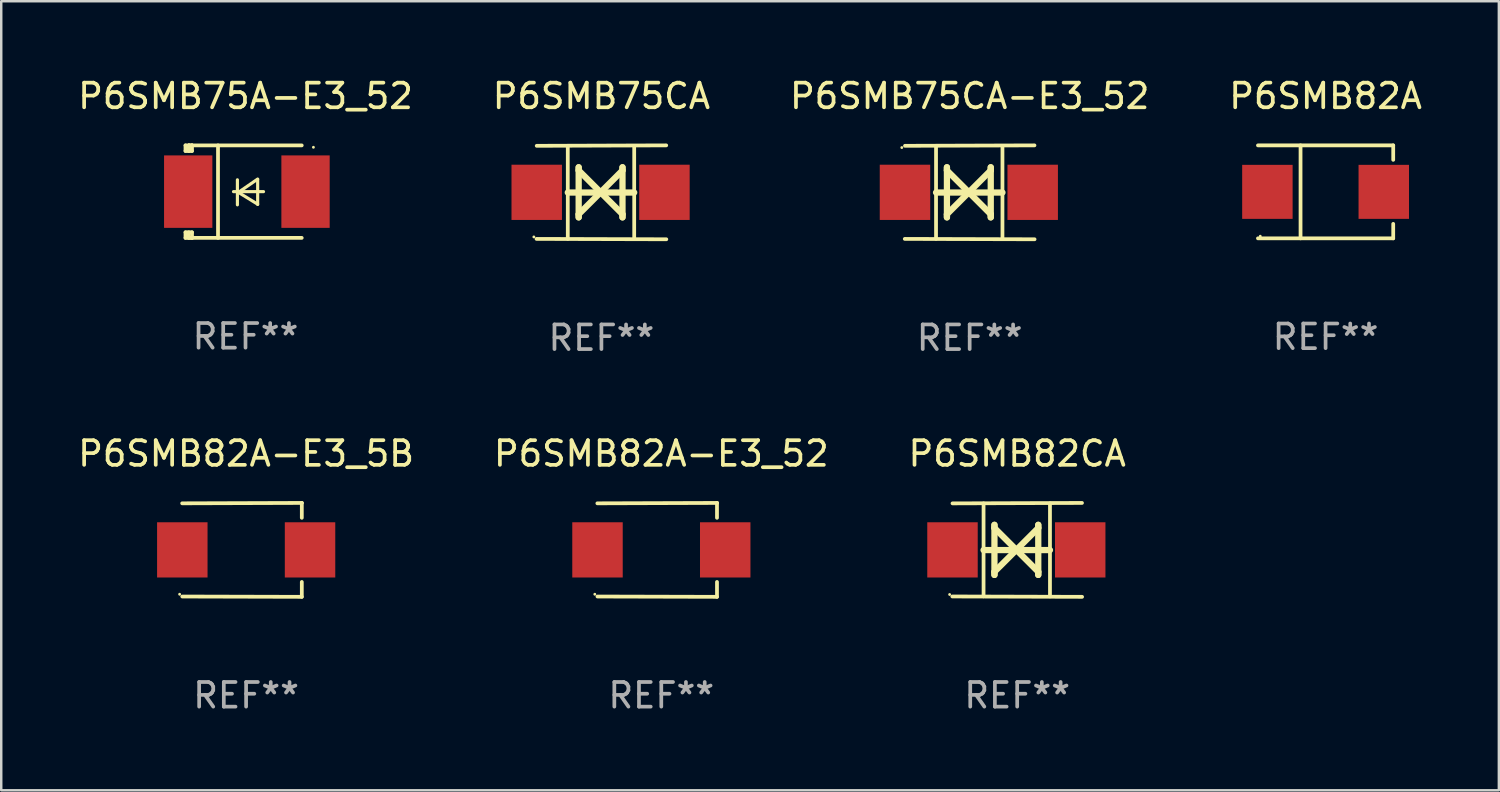
<source format=kicad_pcb>
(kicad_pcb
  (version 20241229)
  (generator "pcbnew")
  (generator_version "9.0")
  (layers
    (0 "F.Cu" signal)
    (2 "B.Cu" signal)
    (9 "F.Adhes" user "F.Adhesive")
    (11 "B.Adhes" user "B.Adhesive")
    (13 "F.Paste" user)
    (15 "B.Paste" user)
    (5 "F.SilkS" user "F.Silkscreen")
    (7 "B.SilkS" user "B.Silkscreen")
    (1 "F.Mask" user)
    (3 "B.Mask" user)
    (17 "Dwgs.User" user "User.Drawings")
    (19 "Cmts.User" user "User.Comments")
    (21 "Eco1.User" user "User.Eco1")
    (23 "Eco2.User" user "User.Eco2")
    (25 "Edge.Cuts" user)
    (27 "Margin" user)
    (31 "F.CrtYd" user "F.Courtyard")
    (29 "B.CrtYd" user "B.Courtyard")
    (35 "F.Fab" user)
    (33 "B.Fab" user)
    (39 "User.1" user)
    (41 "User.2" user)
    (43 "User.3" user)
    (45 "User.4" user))
  (footprint "P6SMB82A-E3_52"
    (layer "F.Cu")
    (at 23.78 19.26)
    (property "Reference" "P6SMB82A-E3_52" (at 0 -3.905 0) (layer "F.SilkS") (effects (font (size 1 1) (thickness 0.15))))
    (attr through_hole)
    (fp_line (start 2.256 -1.905) (end -2.594 -1.889) (stroke (width 0.152) (type solid)) (layer "F.SilkS"))
    (fp_line (start 2.256 -1.905) (end 2.26 -1.905) (stroke (width 0.152) (type solid)) (layer "F.SilkS"))
    (fp_line (start 2.26 -1.905) (end 2.26 -1.301) (stroke (width 0.152) (type solid)) (layer "F.SilkS"))
    (fp_line (start 2.26 1.301) (end 2.26 1.905) (stroke (width 0.152) (type solid)) (layer "F.SilkS"))
    (fp_line (start 2.26 1.905) (end -2.59 1.892) (stroke (width 0.152) (type solid)) (layer "F.SilkS"))
    (fp_circle (center -2.697 1.8) (end -2.667 1.8) (stroke (width 0.06) (type solid)) (fill no) (layer "F.SilkS"))
    (fp_text user "REF**" (at 0 5.905 0) (layer "F.Fab") (effects (font (size 1 1) (thickness 0.15))))
    (pad "1" smd rect (at -2.588 0) (size 2.047 2.241) (layers "F.Cu" "F.Mask" "F.Paste"))
    (pad "2" smd rect (at 2.594 0) (size 2.047 2.241) (layers "F.Cu" "F.Mask" "F.Paste")))
  (footprint "P6SMB75CA"
    (layer "F.Cu")
    (at 21.351 4.753)
    (property "Reference" "P6SMB75CA" (at 0 -3.905 0) (layer "F.SilkS") (effects (font (size 1 1) (thickness 0.15))))
    (attr through_hole)
    (fp_line (start -1.365 1.886) (end -1.365 -1.886) (stroke (width 0.152) (type solid)) (layer "F.SilkS"))
    (fp_line (start -1.365 0.008) (end 1.33 0.008) (stroke (width 0.254) (type solid)) (layer "F.SilkS"))
    (fp_line (start -0.923 -1.016) (end -0.923 1.016) (stroke (width 0.254) (type solid)) (layer "F.SilkS"))
    (fp_line (start -0.923 -0.889) (end -0.923 -1.016) (stroke (width 0.254) (type solid)) (layer "F.SilkS"))
    (fp_line (start -0.923 0.889) (end -0.034 0) (stroke (width 0.254) (type solid)) (layer "F.SilkS"))
    (fp_line (start -0.923 1.016) (end -0.923 0.889) (stroke (width 0.254) (type solid)) (layer "F.SilkS"))
    (fp_line (start -0.034 0) (end -0.923 -0.889) (stroke (width 0.254) (type solid)) (layer "F.SilkS"))
    (fp_line (start -0.034 0) (end 0.855 0.889) (stroke (width 0.254) (type solid)) (layer "F.SilkS"))
    (fp_line (start 0.855 -1.016) (end 0.855 -0.889) (stroke (width 0.254) (type solid)) (layer "F.SilkS"))
    (fp_line (start 0.855 -0.889) (end -0.034 0) (stroke (width 0.254) (type solid)) (layer "F.SilkS"))
    (fp_line (start 0.855 0.889) (end 0.855 1.016) (stroke (width 0.254) (type solid)) (layer "F.SilkS"))
    (fp_line (start 0.855 1.016) (end 0.855 -1.016) (stroke (width 0.254) (type solid)) (layer "F.SilkS"))
    (fp_line (start 1.33 1.886) (end 1.33 -1.886) (stroke (width 0.152) (type solid)) (layer "F.SilkS"))
    (fp_line (start 2.629 -1.905) (end -2.625 -1.887) (stroke (width 0.152) (type solid)) (layer "F.SilkS"))
    (fp_line (start 2.633 1.905) (end -2.633 1.89) (stroke (width 0.152) (type solid)) (layer "F.SilkS"))
    (fp_circle (center -2.741 1.81) (end -2.711 1.81) (stroke (width 0.06) (type solid)) (fill no) (layer "F.SilkS"))
    (fp_text user "REF**" (at 0 5.905 0) (layer "F.Fab") (effects (font (size 1 1) (thickness 0.15))))
    (pad "1" smd rect (at -2.625 0) (size 2.047 2.241) (layers "F.Cu" "F.Mask" "F.Paste"))
    (pad "2" smd rect (at 2.557 0) (size 2.047 2.241) (layers "F.Cu" "F.Mask" "F.Paste")))
  (footprint "P6SMB75CA-E3_52"
    (layer "F.Cu")
    (at 36.292 4.753)
    (property "Reference" "P6SMB75CA-E3_52" (at 0 -3.905 0) (layer "F.SilkS") (effects (font (size 1 1) (thickness 0.15))))
    (attr through_hole)
    (fp_line (start -1.365 1.886) (end -1.365 -1.886) (stroke (width 0.152) (type solid)) (layer "F.SilkS"))
    (fp_line (start -1.365 0.008) (end 1.33 0.008) (stroke (width 0.254) (type solid)) (layer "F.SilkS"))
    (fp_line (start -0.923 -1.016) (end -0.923 1.016) (stroke (width 0.254) (type solid)) (layer "F.SilkS"))
    (fp_line (start -0.923 -0.889) (end -0.923 -1.016) (stroke (width 0.254) (type solid)) (layer "F.SilkS"))
    (fp_line (start -0.923 0.889) (end -0.034 0) (stroke (width 0.254) (type solid)) (layer "F.SilkS"))
    (fp_line (start -0.923 1.016) (end -0.923 0.889) (stroke (width 0.254) (type solid)) (layer "F.SilkS"))
    (fp_line (start -0.034 0) (end -0.923 -0.889) (stroke (width 0.254) (type solid)) (layer "F.SilkS"))
    (fp_line (start -0.034 0) (end 0.855 0.889) (stroke (width 0.254) (type solid)) (layer "F.SilkS"))
    (fp_line (start 0.855 -1.016) (end 0.855 -0.889) (stroke (width 0.254) (type solid)) (layer "F.SilkS"))
    (fp_line (start 0.855 -0.889) (end -0.034 0) (stroke (width 0.254) (type solid)) (layer "F.SilkS"))
    (fp_line (start 0.855 0.889) (end 0.855 1.016) (stroke (width 0.254) (type solid)) (layer "F.SilkS"))
    (fp_line (start 0.855 1.016) (end 0.855 -1.016) (stroke (width 0.254) (type solid)) (layer "F.SilkS"))
    (fp_line (start 1.33 1.886) (end 1.33 -1.886) (stroke (width 0.152) (type solid)) (layer "F.SilkS"))
    (fp_line (start 2.629 -1.905) (end -2.625 -1.887) (stroke (width 0.152) (type solid)) (layer "F.SilkS"))
    (fp_line (start 2.633 1.905) (end -2.633 1.89) (stroke (width 0.152) (type solid)) (layer "F.SilkS"))
    (fp_circle (center -2.753 -1.816) (end -2.723 -1.816) (stroke (width 0.06) (type solid)) (fill no) (layer "F.SilkS"))
    (fp_text user "REF**" (at 0 5.905 0) (layer "F.Fab") (effects (font (size 1 1) (thickness 0.15))))
    (pad "1" smd rect (at -2.625 0) (size 2.047 2.241) (layers "F.Cu" "F.Mask" "F.Paste"))
    (pad "2" smd rect (at 2.557 0) (size 2.047 2.241) (layers "F.Cu" "F.Mask" "F.Paste")))
  (footprint "P6SMB75A-E3_52"
    (layer "F.Cu")
    (at 6.911 4.725)
    (property "Reference" "P6SMB75A-E3_52" (at 0 -3.876 0) (layer "F.SilkS") (effects (font (size 1 1) (thickness 0.15))))
    (attr through_hole)
    (fp_line (start -2.435 1.65) (end -2.171 1.65) (stroke (width 0.152) (type solid)) (layer "F.SilkS"))
    (fp_line (start -2.435 1.876) (end -2.435 1.65) (stroke (width 0.152) (type solid)) (layer "F.SilkS"))
    (fp_line (start -2.435 -1.876) (end -2.171 -1.876) (stroke (width 0.152) (type solid)) (layer "F.SilkS"))
    (fp_line (start -2.435 -1.65) (end -2.435 -1.876) (stroke (width 0.152) (type solid)) (layer "F.SilkS"))
    (fp_line (start -2.305 -1.866) (end -2.295 -1.876) (stroke (width 0.152) (type solid)) (layer "F.SilkS"))
    (fp_line (start -2.305 -1.65) (end -2.305 -1.866) (stroke (width 0.152) (type solid)) (layer "F.SilkS"))
    (fp_line (start -2.305 1.876) (end -2.305 1.65) (stroke (width 0.152) (type solid)) (layer "F.SilkS"))
    (fp_line (start -2.295 -1.876) (end -2.295 -1.65) (stroke (width 0.152) (type solid)) (layer "F.SilkS"))
    (fp_line (start -2.171 1.876) (end -2.435 1.876) (stroke (width 0.152) (type solid)) (layer "F.SilkS"))
    (fp_line (start -2.171 -1.65) (end -2.435 -1.65) (stroke (width 0.152) (type solid)) (layer "F.SilkS"))
    (fp_line (start -2.171 -1.876) (end -2.295 -1.876) (stroke (width 0.152) (type solid)) (layer "F.SilkS"))
    (fp_line (start -2.171 -1.65) (end -2.171 -1.876) (stroke (width 0.152) (type solid)) (layer "F.SilkS"))
    (fp_line (start -2.171 1.876) (end -2.305 1.876) (stroke (width 0.152) (type solid)) (layer "F.SilkS"))
    (fp_line (start -2.171 1.876) (end -2.171 1.65) (stroke (width 0.152) (type solid)) (layer "F.SilkS"))
    (fp_line (start -1.116 1.876) (end -1.116 -1.876) (stroke (width 0.152) (type solid)) (layer "F.SilkS"))
    (fp_line (start -0.488 0.000102) (end 0.731 0.000102) (stroke (width 0.127) (type solid)) (layer "F.SilkS"))
    (fp_line (start -0.329 -0.48) (end -0.329 0.536) (stroke (width 0.127) (type solid)) (layer "F.SilkS"))
    (fp_line (start -0.29 0.03) (end 0.493 0.51) (stroke (width 0.127) (type solid)) (layer "F.SilkS"))
    (fp_line (start 0.493 -0.51) (end -0.29 0.03) (stroke (width 0.127) (type solid)) (layer "F.SilkS"))
    (fp_line (start 0.493 0.52) (end 0.493 -0.496) (stroke (width 0.127) (type solid)) (layer "F.SilkS"))
    (fp_line (start 2.281 -1.876) (end -2.171 -1.876) (stroke (width 0.152) (type solid)) (layer "F.SilkS"))
    (fp_line (start 2.281 1.876) (end -2.171 1.876) (stroke (width 0.152) (type solid)) (layer "F.SilkS"))
    (fp_circle (center 2.755 -1.8) (end 2.785 -1.8) (stroke (width 0.06) (type solid)) (fill no) (layer "F.SilkS"))
    (fp_text user "REF**" (at 0 5.876 0) (layer "F.Fab") (effects (font (size 1 1) (thickness 0.15))))
    (pad "1" smd rect (at 2.435 -0.000025 180) (size 1.96 2.94) (layers "F.Cu" "F.Mask" "F.Paste"))
    (pad "2" smd rect (at -2.325 -0.000025 180) (size 1.96 2.94) (layers "F.Cu" "F.Mask" "F.Paste")))
  (footprint "P6SMB82A"
    (layer "F.Cu")
    (at 50.732 4.734)
    (property "Reference" "P6SMB82A" (at 0 -3.886 0) (layer "F.SilkS") (effects (font (size 1 1) (thickness 0.15))))
    (attr through_hole)
    (fp_line (start -2.744 -1.886) (end 2.744 -1.886) (stroke (width 0.152) (type solid)) (layer "F.SilkS"))
    (fp_line (start -2.744 1.886) (end 2.744 1.886) (stroke (width 0.152) (type solid)) (layer "F.SilkS"))
    (fp_line (start -1.016 -1.886) (end -1.016 1.886) (stroke (width 0.152) (type solid)) (layer "F.SilkS"))
    (fp_line (start 2.744 -1.886) (end 2.744 -1.299) (stroke (width 0.152) (type solid)) (layer "F.SilkS"))
    (fp_line (start 2.744 1.886) (end 2.744 1.299) (stroke (width 0.152) (type solid)) (layer "F.SilkS"))
    (fp_circle (center -2.65 1.8) (end -2.62 1.8) (stroke (width 0.06) (type solid)) (fill no) (layer "F.SilkS"))
    (fp_text user "REF**" (at 0 5.886 0) (layer "F.Fab") (effects (font (size 1 1) (thickness 0.15))))
    (pad "1" smd rect (at -2.361 0) (size 2.047 2.192) (layers "F.Cu" "F.Mask" "F.Paste"))
    (pad "2" smd rect (at 2.361 0) (size 2.047 2.192) (layers "F.Cu" "F.Mask" "F.Paste")))
  (footprint "P6SMB82A-E3_5B"
    (layer "F.Cu")
    (at 6.935 19.26)
    (property "Reference" "P6SMB82A-E3_5B" (at 0 -3.905 0) (layer "F.SilkS") (effects (font (size 1 1) (thickness 0.15))))
    (attr through_hole)
    (fp_line (start 2.256 -1.905) (end -2.594 -1.889) (stroke (width 0.152) (type solid)) (layer "F.SilkS"))
    (fp_line (start 2.256 -1.905) (end 2.26 -1.905) (stroke (width 0.152) (type solid)) (layer "F.SilkS"))
    (fp_line (start 2.26 -1.905) (end 2.26 -1.301) (stroke (width 0.152) (type solid)) (layer "F.SilkS"))
    (fp_line (start 2.26 1.301) (end 2.26 1.905) (stroke (width 0.152) (type solid)) (layer "F.SilkS"))
    (fp_line (start 2.26 1.905) (end -2.59 1.892) (stroke (width 0.152) (type solid)) (layer "F.SilkS"))
    (fp_circle (center -2.697 1.8) (end -2.667 1.8) (stroke (width 0.06) (type solid)) (fill no) (layer "F.SilkS"))
    (fp_text user "REF**" (at 0 5.905 0) (layer "F.Fab") (effects (font (size 1 1) (thickness 0.15))))
    (pad "1" smd rect (at -2.588 0) (size 2.047 2.241) (layers "F.Cu" "F.Mask" "F.Paste"))
    (pad "2" smd rect (at 2.594 0) (size 2.047 2.241) (layers "F.Cu" "F.Mask" "F.Paste")))
  (footprint "P6SMB82CA"
    (layer "F.Cu")
    (at 38.22 19.26)
    (property "Reference" "P6SMB82CA" (at 0 -3.905 0) (layer "F.SilkS") (effects (font (size 1 1) (thickness 0.15))))
    (attr through_hole)
    (fp_line (start -1.365 1.886) (end -1.365 -1.886) (stroke (width 0.152) (type solid)) (layer "F.SilkS"))
    (fp_line (start -1.365 0.008) (end 1.33 0.008) (stroke (width 0.254) (type solid)) (layer "F.SilkS"))
    (fp_line (start -0.923 -1.016) (end -0.923 1.016) (stroke (width 0.254) (type solid)) (layer "F.SilkS"))
    (fp_line (start -0.923 -0.889) (end -0.923 -1.016) (stroke (width 0.254) (type solid)) (layer "F.SilkS"))
    (fp_line (start -0.923 0.889) (end -0.034 0) (stroke (width 0.254) (type solid)) (layer "F.SilkS"))
    (fp_line (start -0.923 1.016) (end -0.923 0.889) (stroke (width 0.254) (type solid)) (layer "F.SilkS"))
    (fp_line (start -0.034 0) (end -0.923 -0.889) (stroke (width 0.254) (type solid)) (layer "F.SilkS"))
    (fp_line (start -0.034 0) (end 0.855 0.889) (stroke (width 0.254) (type solid)) (layer "F.SilkS"))
    (fp_line (start 0.855 -1.016) (end 0.855 -0.889) (stroke (width 0.254) (type solid)) (layer "F.SilkS"))
    (fp_line (start 0.855 -0.889) (end -0.034 0) (stroke (width 0.254) (type solid)) (layer "F.SilkS"))
    (fp_line (start 0.855 0.889) (end 0.855 1.016) (stroke (width 0.254) (type solid)) (layer "F.SilkS"))
    (fp_line (start 0.855 1.016) (end 0.855 -1.016) (stroke (width 0.254) (type solid)) (layer "F.SilkS"))
    (fp_line (start 1.33 1.886) (end 1.33 -1.886) (stroke (width 0.152) (type solid)) (layer "F.SilkS"))
    (fp_line (start 2.629 -1.905) (end -2.625 -1.887) (stroke (width 0.152) (type solid)) (layer "F.SilkS"))
    (fp_line (start 2.633 1.905) (end -2.633 1.89) (stroke (width 0.152) (type solid)) (layer "F.SilkS"))
    (fp_circle (center -2.741 1.81) (end -2.711 1.81) (stroke (width 0.06) (type solid)) (fill no) (layer "F.SilkS"))
    (fp_text user "REF**" (at 0 5.905 0) (layer "F.Fab") (effects (font (size 1 1) (thickness 0.15))))
    (pad "1" smd rect (at -2.625 0) (size 2.047 2.241) (layers "F.Cu" "F.Mask" "F.Paste"))
    (pad "2" smd rect (at 2.557 0) (size 2.047 2.241) (layers "F.Cu" "F.Mask" "F.Paste")))
  (gr_rect
    (start -3 -3)
    (end 57.762 29.013)
    (stroke (width 0.1) (type default))
    (fill no)
    (layer "Edge.Cuts")))
</source>
